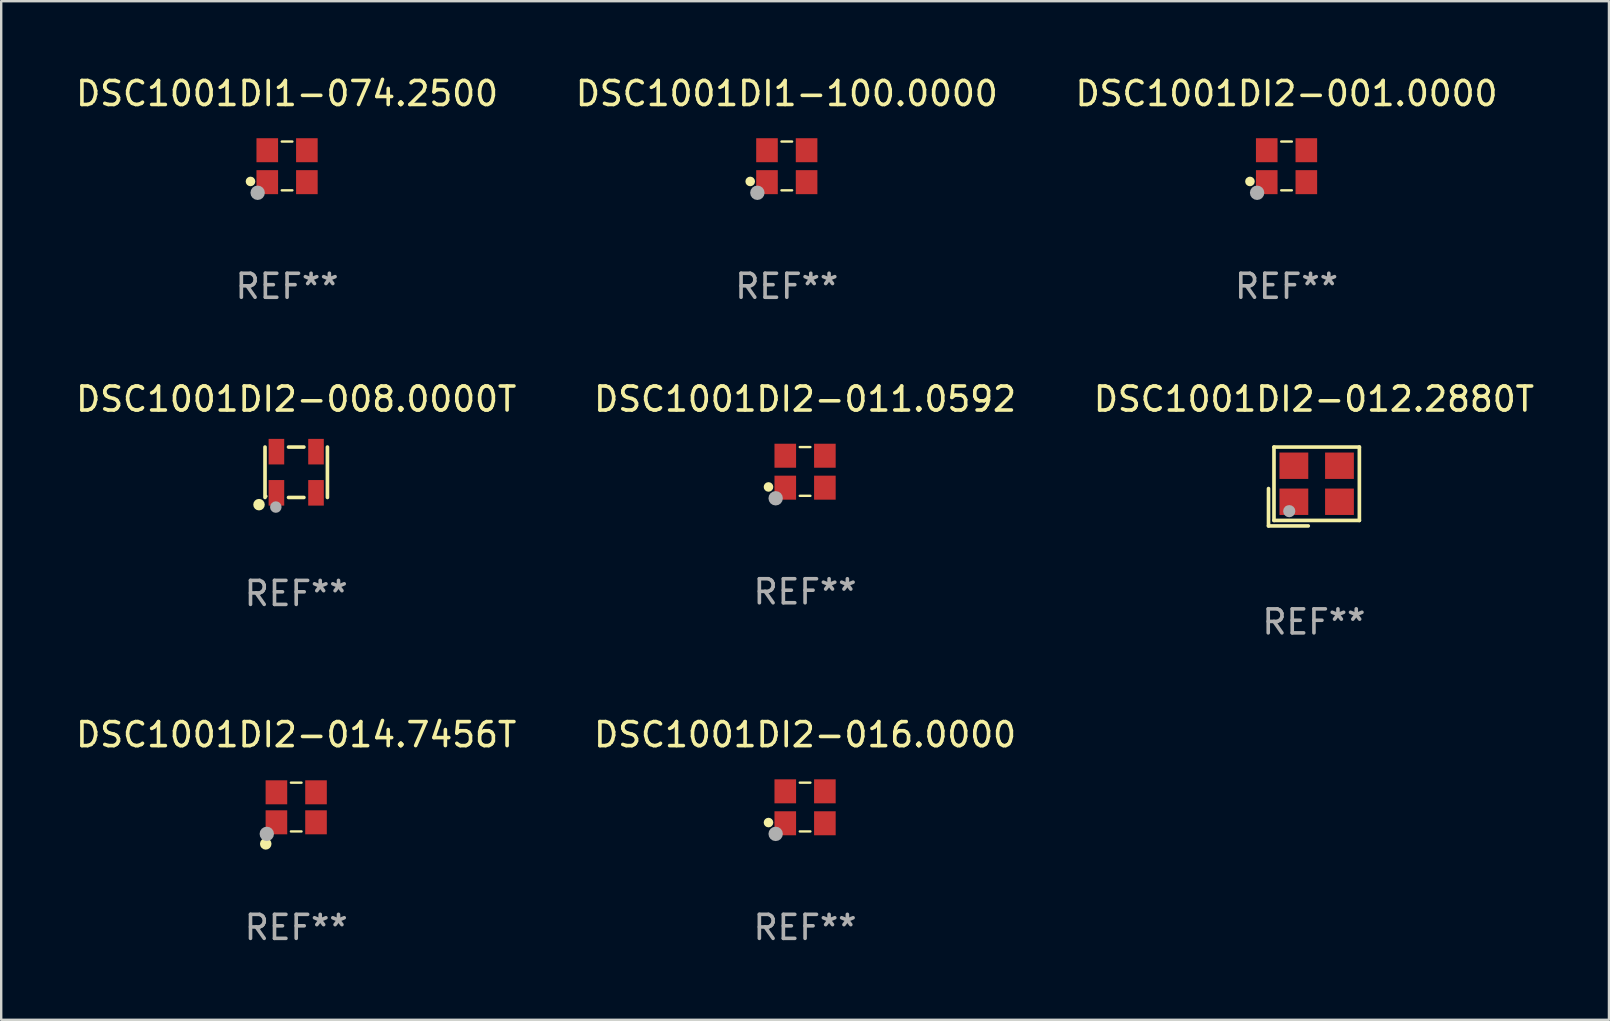
<source format=kicad_pcb>
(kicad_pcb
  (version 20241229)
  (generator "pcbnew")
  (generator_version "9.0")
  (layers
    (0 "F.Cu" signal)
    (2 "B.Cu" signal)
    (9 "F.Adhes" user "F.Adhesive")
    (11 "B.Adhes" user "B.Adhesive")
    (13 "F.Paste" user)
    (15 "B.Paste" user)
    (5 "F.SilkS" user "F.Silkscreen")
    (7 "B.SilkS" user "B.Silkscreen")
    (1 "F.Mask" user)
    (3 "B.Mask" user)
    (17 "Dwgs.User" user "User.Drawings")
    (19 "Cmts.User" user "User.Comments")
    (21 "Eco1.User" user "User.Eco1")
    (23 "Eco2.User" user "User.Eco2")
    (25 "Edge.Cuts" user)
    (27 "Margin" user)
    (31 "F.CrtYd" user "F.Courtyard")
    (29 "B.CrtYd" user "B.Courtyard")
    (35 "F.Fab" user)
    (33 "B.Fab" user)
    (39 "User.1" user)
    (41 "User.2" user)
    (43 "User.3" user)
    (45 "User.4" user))
  (footprint "DSC1001DI1-074.2500"
    (layer "F.Cu")
    (at 8.911 3.864)
    (property "Reference" "DSC1001DI1-074.2500" (at 0 -3.016 0) (layer "F.SilkS") (effects (font (size 1 1) (thickness 0.15))))
    (attr through_hole)
    (fp_line (start -0.221 -1.016) (end 0.221 -1.016) (stroke (width 0.1) (type solid)) (layer "F.SilkS"))
    (fp_line (start -0.221 1.016) (end 0.221 1.016) (stroke (width 0.1) (type solid)) (layer "F.SilkS"))
    (fp_circle (center -1.524 0.646) (end -1.424 0.646) (stroke (width 0.2) (type solid)) (fill no) (layer "F.SilkS"))
    (fp_circle (center -1.25 1) (end -1.22 1) (stroke (width 0.06) (type solid)) (fill no) (layer "F.SilkS"))
    (fp_circle (center -1.226 1.118) (end -1.076 1.118) (stroke (width 0.3) (type solid)) (fill no) (layer "F.Fab"))
    (fp_text user "REF**" (at 0 5.016 0) (layer "F.Fab") (effects (font (size 1 1) (thickness 0.15))))
    (pad "1" smd rect (at -0.825 0.676) (size 0.9 1) (layers "F.Cu" "F.Mask" "F.Paste"))
    (pad "2" smd rect (at 0.825 0.676) (size 0.9 1) (layers "F.Cu" "F.Mask" "F.Paste"))
    (pad "3" smd rect (at 0.825 -0.655) (size 0.9 1) (layers "F.Cu" "F.Mask" "F.Paste"))
    (pad "4" smd rect (at -0.825 -0.655) (size 0.9 1) (layers "F.Cu" "F.Mask" "F.Paste")))
  (footprint "DSC1001DI2-016.0000"
    (layer "F.Cu")
    (at 30.494 30.576)
    (property "Reference" "DSC1001DI2-016.0000" (at 0 -3.016 0) (layer "F.SilkS") (effects (font (size 1 1) (thickness 0.15))))
    (attr through_hole)
    (fp_line (start -0.221 -1.016) (end 0.221 -1.016) (stroke (width 0.1) (type solid)) (layer "F.SilkS"))
    (fp_line (start -0.221 1.016) (end 0.221 1.016) (stroke (width 0.1) (type solid)) (layer "F.SilkS"))
    (fp_circle (center -1.524 0.646) (end -1.424 0.646) (stroke (width 0.2) (type solid)) (fill no) (layer "F.SilkS"))
    (fp_circle (center -1.25 1) (end -1.22 1) (stroke (width 0.06) (type solid)) (fill no) (layer "F.SilkS"))
    (fp_circle (center -1.226 1.118) (end -1.076 1.118) (stroke (width 0.3) (type solid)) (fill no) (layer "F.Fab"))
    (fp_text user "REF**" (at 0 5.016 0) (layer "F.Fab") (effects (font (size 1 1) (thickness 0.15))))
    (pad "1" smd rect (at -0.825 0.676) (size 0.9 1) (layers "F.Cu" "F.Mask" "F.Paste"))
    (pad "2" smd rect (at 0.825 0.676) (size 0.9 1) (layers "F.Cu" "F.Mask" "F.Paste"))
    (pad "3" smd rect (at 0.825 -0.655) (size 0.9 1) (layers "F.Cu" "F.Mask" "F.Paste"))
    (pad "4" smd rect (at -0.825 -0.655) (size 0.9 1) (layers "F.Cu" "F.Mask" "F.Paste")))
  (footprint "DSC1001DI1-100.0000"
    (layer "F.Cu")
    (at 29.732 3.864)
    (property "Reference" "DSC1001DI1-100.0000" (at 0 -3.016 0) (layer "F.SilkS") (effects (font (size 1 1) (thickness 0.15))))
    (attr through_hole)
    (fp_line (start -0.221 -1.016) (end 0.221 -1.016) (stroke (width 0.1) (type solid)) (layer "F.SilkS"))
    (fp_line (start -0.221 1.016) (end 0.221 1.016) (stroke (width 0.1) (type solid)) (layer "F.SilkS"))
    (fp_circle (center -1.524 0.646) (end -1.424 0.646) (stroke (width 0.2) (type solid)) (fill no) (layer "F.SilkS"))
    (fp_circle (center -1.25 1) (end -1.22 1) (stroke (width 0.06) (type solid)) (fill no) (layer "F.SilkS"))
    (fp_circle (center -1.226 1.118) (end -1.076 1.118) (stroke (width 0.3) (type solid)) (fill no) (layer "F.Fab"))
    (fp_text user "REF**" (at 0 5.016 0) (layer "F.Fab") (effects (font (size 1 1) (thickness 0.15))))
    (pad "1" smd rect (at -0.825 0.676) (size 0.9 1) (layers "F.Cu" "F.Mask" "F.Paste"))
    (pad "2" smd rect (at 0.825 0.676) (size 0.9 1) (layers "F.Cu" "F.Mask" "F.Paste"))
    (pad "3" smd rect (at 0.825 -0.655) (size 0.9 1) (layers "F.Cu" "F.Mask" "F.Paste"))
    (pad "4" smd rect (at -0.825 -0.655) (size 0.9 1) (layers "F.Cu" "F.Mask" "F.Paste")))
  (footprint "DSC1001DI2-012.2880T"
    (layer "F.Cu")
    (at 51.696 17.22)
    (property "Reference" "DSC1001DI2-012.2880T" (at 0 -3.643 0) (layer "F.SilkS") (effects (font (size 1 1) (thickness 0.15))))
    (attr through_hole)
    (fp_line (start -1.893 0.086) (end -1.893 1.643) (stroke (width 0.152) (type solid)) (layer "F.SilkS"))
    (fp_line (start -1.893 1.643) (end -0.237 1.643) (stroke (width 0.152) (type solid)) (layer "F.SilkS"))
    (fp_line (start -1.665 -1.643) (end 1.893 -1.643) (stroke (width 0.152) (type solid)) (layer "F.SilkS"))
    (fp_line (start -1.665 1.414) (end -1.665 -1.643) (stroke (width 0.152) (type solid)) (layer "F.SilkS"))
    (fp_line (start 1.893 -1.643) (end 1.893 1.414) (stroke (width 0.152) (type solid)) (layer "F.SilkS"))
    (fp_line (start 1.893 1.414) (end -1.665 1.414) (stroke (width 0.152) (type solid)) (layer "F.SilkS"))
    (fp_circle (center -1.136 0.885) (end -1.106 0.885) (stroke (width 0.06) (type solid)) (fill no) (layer "F.SilkS"))
    (fp_circle (center -1.029 1.028) (end -0.902 1.028) (stroke (width 0.254) (type solid)) (fill no) (layer "F.Fab"))
    (fp_text user "REF**" (at 0 5.643 0) (layer "F.Fab") (effects (font (size 1 1) (thickness 0.15))))
    (pad "1" smd rect (at -0.836 0.636) (size 1.2 1.1) (layers "F.Cu" "F.Mask" "F.Paste"))
    (pad "2" smd rect (at 1.064 0.636) (size 1.2 1.1) (layers "F.Cu" "F.Mask" "F.Paste"))
    (pad "3" smd rect (at 1.064 -0.865) (size 1.2 1.1) (layers "F.Cu" "F.Mask" "F.Paste"))
    (pad "4" smd rect (at -0.836 -0.865) (size 1.2 1.1) (layers "F.Cu" "F.Mask" "F.Paste")))
  (footprint "DSC1001DI2-008.0000T"
    (layer "F.Cu")
    (at 9.292 16.627)
    (property "Reference" "DSC1001DI2-008.0000T" (at 0 -3.05 0) (layer "F.SilkS") (effects (font (size 1 1) (thickness 0.15))))
    (attr through_hole)
    (fp_line (start -1.3 -1.05) (end -1.3 1.05) (stroke (width 0.152) (type solid)) (layer "F.SilkS"))
    (fp_line (start -0.32 1.05) (end 0.32 1.05) (stroke (width 0.152) (type solid)) (layer "F.SilkS"))
    (fp_line (start 0.32 -1.05) (end -0.32 -1.05) (stroke (width 0.152) (type solid)) (layer "F.SilkS"))
    (fp_line (start 1.3 1.05) (end 1.3 -1.05) (stroke (width 0.152) (type solid)) (layer "F.SilkS"))
    (fp_circle (center -1.55 1.35) (end -1.43 1.35) (stroke (width 0.24) (type solid)) (fill no) (layer "F.SilkS"))
    (fp_circle (center -1.25 1) (end -1.22 1) (stroke (width 0.06) (type solid)) (fill no) (layer "F.SilkS"))
    (fp_circle (center -0.85 1.45) (end -0.73 1.45) (stroke (width 0.24) (type solid)) (fill no) (layer "F.Fab"))
    (fp_text user "REF**" (at 0 5.05 0) (layer "F.Fab") (effects (font (size 1 1) (thickness 0.15))))
    (pad "1" smd rect (at -0.825 0.857) (size 0.65 1.065) (layers "F.Cu" "F.Mask" "F.Paste"))
    (pad "2" smd rect (at 0.825 0.857) (size 0.65 1.065) (layers "F.Cu" "F.Mask" "F.Paste"))
    (pad "3" smd rect (at 0.825 -0.858) (size 0.65 1.065) (layers "F.Cu" "F.Mask" "F.Paste"))
    (pad "4" smd rect (at -0.825 -0.858) (size 0.65 1.065) (layers "F.Cu" "F.Mask" "F.Paste")))
  (footprint "DSC1001DI2-001.0000"
    (layer "F.Cu")
    (at 50.554 3.864)
    (property "Reference" "DSC1001DI2-001.0000" (at 0 -3.016 0) (layer "F.SilkS") (effects (font (size 1 1) (thickness 0.15))))
    (attr through_hole)
    (fp_line (start -0.221 -1.016) (end 0.221 -1.016) (stroke (width 0.1) (type solid)) (layer "F.SilkS"))
    (fp_line (start -0.221 1.016) (end 0.221 1.016) (stroke (width 0.1) (type solid)) (layer "F.SilkS"))
    (fp_circle (center -1.524 0.646) (end -1.424 0.646) (stroke (width 0.2) (type solid)) (fill no) (layer "F.SilkS"))
    (fp_circle (center -1.25 1) (end -1.22 1) (stroke (width 0.06) (type solid)) (fill no) (layer "F.SilkS"))
    (fp_circle (center -1.226 1.118) (end -1.076 1.118) (stroke (width 0.3) (type solid)) (fill no) (layer "F.Fab"))
    (fp_text user "REF**" (at 0 5.016 0) (layer "F.Fab") (effects (font (size 1 1) (thickness 0.15))))
    (pad "1" smd rect (at -0.825 0.676) (size 0.9 1) (layers "F.Cu" "F.Mask" "F.Paste"))
    (pad "2" smd rect (at 0.825 0.676) (size 0.9 1) (layers "F.Cu" "F.Mask" "F.Paste"))
    (pad "3" smd rect (at 0.825 -0.655) (size 0.9 1) (layers "F.Cu" "F.Mask" "F.Paste"))
    (pad "4" smd rect (at -0.825 -0.655) (size 0.9 1) (layers "F.Cu" "F.Mask" "F.Paste")))
  (footprint "DSC1001DI2-014.7456T"
    (layer "F.Cu")
    (at 9.292 30.576)
    (property "Reference" "DSC1001DI2-014.7456T" (at 0 -3.016 0) (layer "F.SilkS") (effects (font (size 1 1) (thickness 0.15))))
    (attr through_hole)
    (fp_line (start -0.221 -1.016) (end 0.221 -1.016) (stroke (width 0.1) (type solid)) (layer "F.SilkS"))
    (fp_line (start -0.221 1.016) (end 0.221 1.016) (stroke (width 0.1) (type solid)) (layer "F.SilkS"))
    (fp_circle (center -1.27 1.535) (end -1.15 1.535) (stroke (width 0.24) (type solid)) (fill no) (layer "F.SilkS"))
    (fp_circle (center -1.25 1) (end -1.22 1) (stroke (width 0.06) (type solid)) (fill no) (layer "F.SilkS"))
    (fp_circle (center -1.226 1.118) (end -1.076 1.118) (stroke (width 0.3) (type solid)) (fill no) (layer "F.Fab"))
    (fp_text user "REF**" (at 0 5.016 0) (layer "F.Fab") (effects (font (size 1 1) (thickness 0.15))))
    (pad "1" smd rect (at -0.825 0.636) (size 0.9 1) (layers "F.Cu" "F.Mask" "F.Paste"))
    (pad "2" smd rect (at 0.825 0.636) (size 0.9 1) (layers "F.Cu" "F.Mask" "F.Paste"))
    (pad "3" smd rect (at 0.825 -0.614) (size 0.9 1) (layers "F.Cu" "F.Mask" "F.Paste"))
    (pad "4" smd rect (at -0.825 -0.614) (size 0.9 1) (layers "F.Cu" "F.Mask" "F.Paste")))
  (footprint "DSC1001DI2-011.0592"
    (layer "F.Cu")
    (at 30.494 16.593)
    (property "Reference" "DSC1001DI2-011.0592" (at 0 -3.016 0) (layer "F.SilkS") (effects (font (size 1 1) (thickness 0.15))))
    (attr through_hole)
    (fp_line (start -0.221 -1.016) (end 0.221 -1.016) (stroke (width 0.1) (type solid)) (layer "F.SilkS"))
    (fp_line (start -0.221 1.016) (end 0.221 1.016) (stroke (width 0.1) (type solid)) (layer "F.SilkS"))
    (fp_circle (center -1.524 0.646) (end -1.424 0.646) (stroke (width 0.2) (type solid)) (fill no) (layer "F.SilkS"))
    (fp_circle (center -1.25 1) (end -1.22 1) (stroke (width 0.06) (type solid)) (fill no) (layer "F.SilkS"))
    (fp_circle (center -1.226 1.118) (end -1.076 1.118) (stroke (width 0.3) (type solid)) (fill no) (layer "F.Fab"))
    (fp_text user "REF**" (at 0 5.016 0) (layer "F.Fab") (effects (font (size 1 1) (thickness 0.15))))
    (pad "1" smd rect (at -0.825 0.676) (size 0.9 1) (layers "F.Cu" "F.Mask" "F.Paste"))
    (pad "2" smd rect (at 0.825 0.676) (size 0.9 1) (layers "F.Cu" "F.Mask" "F.Paste"))
    (pad "3" smd rect (at 0.825 -0.655) (size 0.9 1) (layers "F.Cu" "F.Mask" "F.Paste"))
    (pad "4" smd rect (at -0.825 -0.655) (size 0.9 1) (layers "F.Cu" "F.Mask" "F.Paste")))
  (gr_rect
    (start -3 -3)
    (end 63.988 39.44)
    (stroke (width 0.1) (type default))
    (fill no)
    (layer "Edge.Cuts")))
</source>
